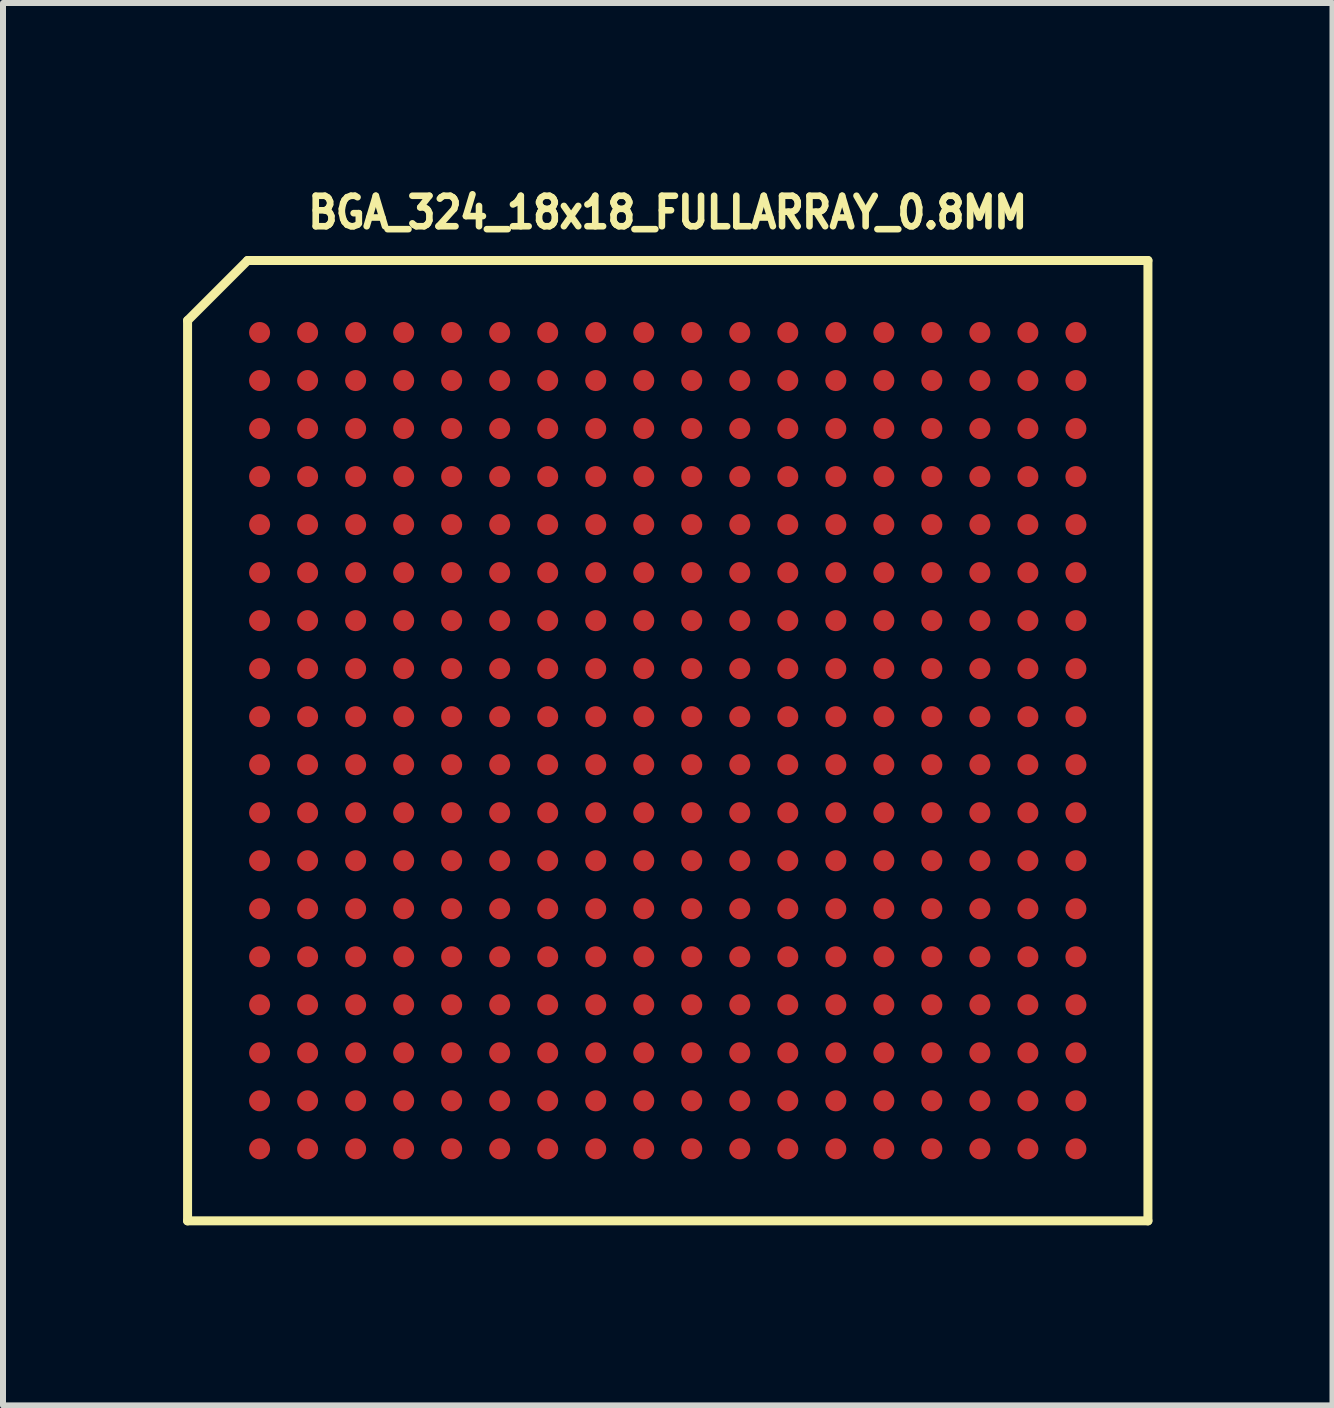
<source format=kicad_pcb>
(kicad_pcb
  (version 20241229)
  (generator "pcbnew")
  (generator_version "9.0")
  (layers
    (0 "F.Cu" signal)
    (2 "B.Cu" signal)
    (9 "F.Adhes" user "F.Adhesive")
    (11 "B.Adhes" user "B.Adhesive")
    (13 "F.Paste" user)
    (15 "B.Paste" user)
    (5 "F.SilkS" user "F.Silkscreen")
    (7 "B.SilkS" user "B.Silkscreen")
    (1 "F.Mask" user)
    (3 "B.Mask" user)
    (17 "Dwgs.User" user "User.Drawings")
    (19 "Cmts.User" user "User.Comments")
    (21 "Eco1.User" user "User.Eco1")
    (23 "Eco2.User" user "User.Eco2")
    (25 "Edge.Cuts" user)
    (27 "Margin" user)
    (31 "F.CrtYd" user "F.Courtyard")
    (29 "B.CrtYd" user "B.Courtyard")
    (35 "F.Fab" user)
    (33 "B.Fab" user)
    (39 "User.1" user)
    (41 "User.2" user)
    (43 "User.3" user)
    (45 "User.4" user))
  (footprint "BGA_324_18x18_FULLARRAY_0.8MM"
    (layer "F.Cu")
    (at 8.075 9.29)
    (property "Reference" "BGA_324_18x18_FULLARRAY_0.8MM" (at 0 -8.8 0) (layer "F.SilkS") (effects (font (size 0.508 0.457) (thickness 0.11))))
    (attr through_hole)
    (fp_line (start -8 -7) (end -7 -8) (stroke (width 0.15) (type solid)) (layer "F.SilkS"))
    (fp_line (start -8 8) (end -8 -7) (stroke (width 0.15) (type solid)) (layer "F.SilkS"))
    (fp_line (start -7 -8) (end 8 -8) (stroke (width 0.15) (type solid)) (layer "F.SilkS"))
    (fp_line (start 8 -8) (end 8 8) (stroke (width 0.15) (type solid)) (layer "F.SilkS"))
    (fp_line (start 8 8) (end -8 8) (stroke (width 0.15) (type solid)) (layer "F.SilkS"))
    (pad "A1" smd circle (at -6.8 -6.8) (size 0.35 0.35) (layers "F.Cu" "F.Mask" "F.Paste"))
    (pad "A2" smd circle (at -6 -6.8) (size 0.35 0.35) (layers "F.Cu" "F.Mask" "F.Paste"))
    (pad "A3" smd circle (at -5.2 -6.8) (size 0.35 0.35) (layers "F.Cu" "F.Mask" "F.Paste"))
    (pad "A4" smd circle (at -4.4 -6.8) (size 0.35 0.35) (layers "F.Cu" "F.Mask" "F.Paste"))
    (pad "A5" smd circle (at -3.6 -6.8) (size 0.35 0.35) (layers "F.Cu" "F.Mask" "F.Paste"))
    (pad "A6" smd circle (at -2.8 -6.8) (size 0.35 0.35) (layers "F.Cu" "F.Mask" "F.Paste"))
    (pad "A7" smd circle (at -2 -6.8) (size 0.35 0.35) (layers "F.Cu" "F.Mask" "F.Paste"))
    (pad "A8" smd circle (at -1.2 -6.8) (size 0.35 0.35) (layers "F.Cu" "F.Mask" "F.Paste"))
    (pad "A9" smd circle (at -0.4 -6.8) (size 0.35 0.35) (layers "F.Cu" "F.Mask" "F.Paste"))
    (pad "A10" smd circle (at 0.4 -6.8) (size 0.35 0.35) (layers "F.Cu" "F.Mask" "F.Paste"))
    (pad "A11" smd circle (at 1.2 -6.8) (size 0.35 0.35) (layers "F.Cu" "F.Mask" "F.Paste"))
    (pad "A12" smd circle (at 2 -6.8) (size 0.35 0.35) (layers "F.Cu" "F.Mask" "F.Paste"))
    (pad "A13" smd circle (at 2.8 -6.8) (size 0.35 0.35) (layers "F.Cu" "F.Mask" "F.Paste"))
    (pad "A14" smd circle (at 3.6 -6.8) (size 0.35 0.35) (layers "F.Cu" "F.Mask" "F.Paste"))
    (pad "A15" smd circle (at 4.4 -6.8) (size 0.35 0.35) (layers "F.Cu" "F.Mask" "F.Paste"))
    (pad "A16" smd circle (at 5.2 -6.8) (size 0.35 0.35) (layers "F.Cu" "F.Mask" "F.Paste"))
    (pad "A17" smd circle (at 6 -6.8) (size 0.35 0.35) (layers "F.Cu" "F.Mask" "F.Paste"))
    (pad "A18" smd circle (at 6.8 -6.8) (size 0.35 0.35) (layers "F.Cu" "F.Mask" "F.Paste"))
    (pad "B1" smd circle (at -6.8 -6) (size 0.35 0.35) (layers "F.Cu" "F.Mask" "F.Paste"))
    (pad "B2" smd circle (at -6 -6) (size 0.35 0.35) (layers "F.Cu" "F.Mask" "F.Paste"))
    (pad "B3" smd circle (at -5.2 -6) (size 0.35 0.35) (layers "F.Cu" "F.Mask" "F.Paste"))
    (pad "B4" smd circle (at -4.4 -6) (size 0.35 0.35) (layers "F.Cu" "F.Mask" "F.Paste"))
    (pad "B5" smd circle (at -3.6 -6) (size 0.35 0.35) (layers "F.Cu" "F.Mask" "F.Paste"))
    (pad "B6" smd circle (at -2.8 -6) (size 0.35 0.35) (layers "F.Cu" "F.Mask" "F.Paste"))
    (pad "B7" smd circle (at -2 -6) (size 0.35 0.35) (layers "F.Cu" "F.Mask" "F.Paste"))
    (pad "B8" smd circle (at -1.2 -6) (size 0.35 0.35) (layers "F.Cu" "F.Mask" "F.Paste"))
    (pad "B9" smd circle (at -0.4 -6) (size 0.35 0.35) (layers "F.Cu" "F.Mask" "F.Paste"))
    (pad "B10" smd circle (at 0.4 -6) (size 0.35 0.35) (layers "F.Cu" "F.Mask" "F.Paste"))
    (pad "B11" smd circle (at 1.2 -6) (size 0.35 0.35) (layers "F.Cu" "F.Mask" "F.Paste"))
    (pad "B12" smd circle (at 2 -6) (size 0.35 0.35) (layers "F.Cu" "F.Mask" "F.Paste"))
    (pad "B13" smd circle (at 2.8 -6) (size 0.35 0.35) (layers "F.Cu" "F.Mask" "F.Paste"))
    (pad "B14" smd circle (at 3.6 -6) (size 0.35 0.35) (layers "F.Cu" "F.Mask" "F.Paste"))
    (pad "B15" smd circle (at 4.4 -6) (size 0.35 0.35) (layers "F.Cu" "F.Mask" "F.Paste"))
    (pad "B16" smd circle (at 5.2 -6) (size 0.35 0.35) (layers "F.Cu" "F.Mask" "F.Paste"))
    (pad "B17" smd circle (at 6 -6) (size 0.35 0.35) (layers "F.Cu" "F.Mask" "F.Paste"))
    (pad "B18" smd circle (at 6.8 -6) (size 0.35 0.35) (layers "F.Cu" "F.Mask" "F.Paste"))
    (pad "C1" smd circle (at -6.8 -5.2) (size 0.35 0.35) (layers "F.Cu" "F.Mask" "F.Paste"))
    (pad "C2" smd circle (at -6 -5.2) (size 0.35 0.35) (layers "F.Cu" "F.Mask" "F.Paste"))
    (pad "C3" smd circle (at -5.2 -5.2) (size 0.35 0.35) (layers "F.Cu" "F.Mask" "F.Paste"))
    (pad "C4" smd circle (at -4.4 -5.2) (size 0.35 0.35) (layers "F.Cu" "F.Mask" "F.Paste"))
    (pad "C5" smd circle (at -3.6 -5.2) (size 0.35 0.35) (layers "F.Cu" "F.Mask" "F.Paste"))
    (pad "C6" smd circle (at -2.8 -5.2) (size 0.35 0.35) (layers "F.Cu" "F.Mask" "F.Paste"))
    (pad "C7" smd circle (at -2 -5.2) (size 0.35 0.35) (layers "F.Cu" "F.Mask" "F.Paste"))
    (pad "C8" smd circle (at -1.2 -5.2) (size 0.35 0.35) (layers "F.Cu" "F.Mask" "F.Paste"))
    (pad "C9" smd circle (at -0.4 -5.2) (size 0.35 0.35) (layers "F.Cu" "F.Mask" "F.Paste"))
    (pad "C10" smd circle (at 0.4 -5.2) (size 0.35 0.35) (layers "F.Cu" "F.Mask" "F.Paste"))
    (pad "C11" smd circle (at 1.2 -5.2) (size 0.35 0.35) (layers "F.Cu" "F.Mask" "F.Paste"))
    (pad "C12" smd circle (at 2 -5.2) (size 0.35 0.35) (layers "F.Cu" "F.Mask" "F.Paste"))
    (pad "C13" smd circle (at 2.8 -5.2) (size 0.35 0.35) (layers "F.Cu" "F.Mask" "F.Paste"))
    (pad "C14" smd circle (at 3.6 -5.2) (size 0.35 0.35) (layers "F.Cu" "F.Mask" "F.Paste"))
    (pad "C15" smd circle (at 4.4 -5.2) (size 0.35 0.35) (layers "F.Cu" "F.Mask" "F.Paste"))
    (pad "C16" smd circle (at 5.2 -5.2) (size 0.35 0.35) (layers "F.Cu" "F.Mask" "F.Paste"))
    (pad "C17" smd circle (at 6 -5.2) (size 0.35 0.35) (layers "F.Cu" "F.Mask" "F.Paste"))
    (pad "C18" smd circle (at 6.8 -5.2) (size 0.35 0.35) (layers "F.Cu" "F.Mask" "F.Paste"))
    (pad "D1" smd circle (at -6.8 -4.4) (size 0.35 0.35) (layers "F.Cu" "F.Mask" "F.Paste"))
    (pad "D2" smd circle (at -6 -4.4) (size 0.35 0.35) (layers "F.Cu" "F.Mask" "F.Paste"))
    (pad "D3" smd circle (at -5.2 -4.4) (size 0.35 0.35) (layers "F.Cu" "F.Mask" "F.Paste"))
    (pad "D4" smd circle (at -4.4 -4.4) (size 0.35 0.35) (layers "F.Cu" "F.Mask" "F.Paste"))
    (pad "D5" smd circle (at -3.6 -4.4) (size 0.35 0.35) (layers "F.Cu" "F.Mask" "F.Paste"))
    (pad "D6" smd circle (at -2.8 -4.4) (size 0.35 0.35) (layers "F.Cu" "F.Mask" "F.Paste"))
    (pad "D7" smd circle (at -2 -4.4) (size 0.35 0.35) (layers "F.Cu" "F.Mask" "F.Paste"))
    (pad "D8" smd circle (at -1.2 -4.4) (size 0.35 0.35) (layers "F.Cu" "F.Mask" "F.Paste"))
    (pad "D9" smd circle (at -0.4 -4.4) (size 0.35 0.35) (layers "F.Cu" "F.Mask" "F.Paste"))
    (pad "D10" smd circle (at 0.4 -4.4) (size 0.35 0.35) (layers "F.Cu" "F.Mask" "F.Paste"))
    (pad "D11" smd circle (at 1.2 -4.4) (size 0.35 0.35) (layers "F.Cu" "F.Mask" "F.Paste"))
    (pad "D12" smd circle (at 2 -4.4) (size 0.35 0.35) (layers "F.Cu" "F.Mask" "F.Paste"))
    (pad "D13" smd circle (at 2.8 -4.4) (size 0.35 0.35) (layers "F.Cu" "F.Mask" "F.Paste"))
    (pad "D14" smd circle (at 3.6 -4.4) (size 0.35 0.35) (layers "F.Cu" "F.Mask" "F.Paste"))
    (pad "D15" smd circle (at 4.4 -4.4) (size 0.35 0.35) (layers "F.Cu" "F.Mask" "F.Paste"))
    (pad "D16" smd circle (at 5.2 -4.4) (size 0.35 0.35) (layers "F.Cu" "F.Mask" "F.Paste"))
    (pad "D17" smd circle (at 6 -4.4) (size 0.35 0.35) (layers "F.Cu" "F.Mask" "F.Paste"))
    (pad "D18" smd circle (at 6.8 -4.4) (size 0.35 0.35) (layers "F.Cu" "F.Mask" "F.Paste"))
    (pad "E1" smd circle (at -6.8 -3.6) (size 0.35 0.35) (layers "F.Cu" "F.Mask" "F.Paste"))
    (pad "E2" smd circle (at -6 -3.6) (size 0.35 0.35) (layers "F.Cu" "F.Mask" "F.Paste"))
    (pad "E3" smd circle (at -5.2 -3.6) (size 0.35 0.35) (layers "F.Cu" "F.Mask" "F.Paste"))
    (pad "E4" smd circle (at -4.4 -3.6) (size 0.35 0.35) (layers "F.Cu" "F.Mask" "F.Paste"))
    (pad "E5" smd circle (at -3.6 -3.6) (size 0.35 0.35) (layers "F.Cu" "F.Mask" "F.Paste"))
    (pad "E6" smd circle (at -2.8 -3.6) (size 0.35 0.35) (layers "F.Cu" "F.Mask" "F.Paste"))
    (pad "E7" smd circle (at -2 -3.6) (size 0.35 0.35) (layers "F.Cu" "F.Mask" "F.Paste"))
    (pad "E8" smd circle (at -1.2 -3.6) (size 0.35 0.35) (layers "F.Cu" "F.Mask" "F.Paste"))
    (pad "E9" smd circle (at -0.4 -3.6) (size 0.35 0.35) (layers "F.Cu" "F.Mask" "F.Paste"))
    (pad "E10" smd circle (at 0.4 -3.6) (size 0.35 0.35) (layers "F.Cu" "F.Mask" "F.Paste"))
    (pad "E11" smd circle (at 1.2 -3.6) (size 0.35 0.35) (layers "F.Cu" "F.Mask" "F.Paste"))
    (pad "E12" smd circle (at 2 -3.6) (size 0.35 0.35) (layers "F.Cu" "F.Mask" "F.Paste"))
    (pad "E13" smd circle (at 2.8 -3.6) (size 0.35 0.35) (layers "F.Cu" "F.Mask" "F.Paste"))
    (pad "E14" smd circle (at 3.6 -3.6) (size 0.35 0.35) (layers "F.Cu" "F.Mask" "F.Paste"))
    (pad "E15" smd circle (at 4.4 -3.6) (size 0.35 0.35) (layers "F.Cu" "F.Mask" "F.Paste"))
    (pad "E16" smd circle (at 5.2 -3.6) (size 0.35 0.35) (layers "F.Cu" "F.Mask" "F.Paste"))
    (pad "E17" smd circle (at 6 -3.6) (size 0.35 0.35) (layers "F.Cu" "F.Mask" "F.Paste"))
    (pad "E18" smd circle (at 6.8 -3.6) (size 0.35 0.35) (layers "F.Cu" "F.Mask" "F.Paste"))
    (pad "F1" smd circle (at -6.8 -2.8) (size 0.35 0.35) (layers "F.Cu" "F.Mask" "F.Paste"))
    (pad "F2" smd circle (at -6 -2.8) (size 0.35 0.35) (layers "F.Cu" "F.Mask" "F.Paste"))
    (pad "F3" smd circle (at -5.2 -2.8) (size 0.35 0.35) (layers "F.Cu" "F.Mask" "F.Paste"))
    (pad "F4" smd circle (at -4.4 -2.8) (size 0.35 0.35) (layers "F.Cu" "F.Mask" "F.Paste"))
    (pad "F5" smd circle (at -3.6 -2.8) (size 0.35 0.35) (layers "F.Cu" "F.Mask" "F.Paste"))
    (pad "F6" smd circle (at -2.8 -2.8) (size 0.35 0.35) (layers "F.Cu" "F.Mask" "F.Paste"))
    (pad "F7" smd circle (at -2 -2.8) (size 0.35 0.35) (layers "F.Cu" "F.Mask" "F.Paste"))
    (pad "F8" smd circle (at -1.2 -2.8) (size 0.35 0.35) (layers "F.Cu" "F.Mask" "F.Paste"))
    (pad "F9" smd circle (at -0.4 -2.8) (size 0.35 0.35) (layers "F.Cu" "F.Mask" "F.Paste"))
    (pad "F10" smd circle (at 0.4 -2.8) (size 0.35 0.35) (layers "F.Cu" "F.Mask" "F.Paste"))
    (pad "F11" smd circle (at 1.2 -2.8) (size 0.35 0.35) (layers "F.Cu" "F.Mask" "F.Paste"))
    (pad "F12" smd circle (at 2 -2.8) (size 0.35 0.35) (layers "F.Cu" "F.Mask" "F.Paste"))
    (pad "F13" smd circle (at 2.8 -2.8) (size 0.35 0.35) (layers "F.Cu" "F.Mask" "F.Paste"))
    (pad "F14" smd circle (at 3.6 -2.8) (size 0.35 0.35) (layers "F.Cu" "F.Mask" "F.Paste"))
    (pad "F15" smd circle (at 4.4 -2.8) (size 0.35 0.35) (layers "F.Cu" "F.Mask" "F.Paste"))
    (pad "F16" smd circle (at 5.2 -2.8) (size 0.35 0.35) (layers "F.Cu" "F.Mask" "F.Paste"))
    (pad "F17" smd circle (at 6 -2.8) (size 0.35 0.35) (layers "F.Cu" "F.Mask" "F.Paste"))
    (pad "F18" smd circle (at 6.8 -2.8) (size 0.35 0.35) (layers "F.Cu" "F.Mask" "F.Paste"))
    (pad "G1" smd circle (at -6.8 -2) (size 0.35 0.35) (layers "F.Cu" "F.Mask" "F.Paste"))
    (pad "G2" smd circle (at -6 -2) (size 0.35 0.35) (layers "F.Cu" "F.Mask" "F.Paste"))
    (pad "G3" smd circle (at -5.2 -2) (size 0.35 0.35) (layers "F.Cu" "F.Mask" "F.Paste"))
    (pad "G4" smd circle (at -4.4 -2) (size 0.35 0.35) (layers "F.Cu" "F.Mask" "F.Paste"))
    (pad "G5" smd circle (at -3.6 -2) (size 0.35 0.35) (layers "F.Cu" "F.Mask" "F.Paste"))
    (pad "G6" smd circle (at -2.8 -2) (size 0.35 0.35) (layers "F.Cu" "F.Mask" "F.Paste"))
    (pad "G7" smd circle (at -2 -2) (size 0.35 0.35) (layers "F.Cu" "F.Mask" "F.Paste"))
    (pad "G8" smd circle (at -1.2 -2) (size 0.35 0.35) (layers "F.Cu" "F.Mask" "F.Paste"))
    (pad "G9" smd circle (at -0.4 -2) (size 0.35 0.35) (layers "F.Cu" "F.Mask" "F.Paste"))
    (pad "G10" smd circle (at 0.4 -2) (size 0.35 0.35) (layers "F.Cu" "F.Mask" "F.Paste"))
    (pad "G11" smd circle (at 1.2 -2) (size 0.35 0.35) (layers "F.Cu" "F.Mask" "F.Paste"))
    (pad "G12" smd circle (at 2 -2) (size 0.35 0.35) (layers "F.Cu" "F.Mask" "F.Paste"))
    (pad "G13" smd circle (at 2.8 -2) (size 0.35 0.35) (layers "F.Cu" "F.Mask" "F.Paste"))
    (pad "G14" smd circle (at 3.6 -2) (size 0.35 0.35) (layers "F.Cu" "F.Mask" "F.Paste"))
    (pad "G15" smd circle (at 4.4 -2) (size 0.35 0.35) (layers "F.Cu" "F.Mask" "F.Paste"))
    (pad "G16" smd circle (at 5.2 -2) (size 0.35 0.35) (layers "F.Cu" "F.Mask" "F.Paste"))
    (pad "G17" smd circle (at 6 -2) (size 0.35 0.35) (layers "F.Cu" "F.Mask" "F.Paste"))
    (pad "G18" smd circle (at 6.8 -2) (size 0.35 0.35) (layers "F.Cu" "F.Mask" "F.Paste"))
    (pad "H1" smd circle (at -6.8 -1.2) (size 0.35 0.35) (layers "F.Cu" "F.Mask" "F.Paste"))
    (pad "H2" smd circle (at -6 -1.2) (size 0.35 0.35) (layers "F.Cu" "F.Mask" "F.Paste"))
    (pad "H3" smd circle (at -5.2 -1.2) (size 0.35 0.35) (layers "F.Cu" "F.Mask" "F.Paste"))
    (pad "H4" smd circle (at -4.4 -1.2) (size 0.35 0.35) (layers "F.Cu" "F.Mask" "F.Paste"))
    (pad "H5" smd circle (at -3.6 -1.2) (size 0.35 0.35) (layers "F.Cu" "F.Mask" "F.Paste"))
    (pad "H6" smd circle (at -2.8 -1.2) (size 0.35 0.35) (layers "F.Cu" "F.Mask" "F.Paste"))
    (pad "H7" smd circle (at -2 -1.2) (size 0.35 0.35) (layers "F.Cu" "F.Mask" "F.Paste"))
    (pad "H8" smd circle (at -1.2 -1.2) (size 0.35 0.35) (layers "F.Cu" "F.Mask" "F.Paste"))
    (pad "H9" smd circle (at -0.4 -1.2) (size 0.35 0.35) (layers "F.Cu" "F.Mask" "F.Paste"))
    (pad "H10" smd circle (at 0.4 -1.2) (size 0.35 0.35) (layers "F.Cu" "F.Mask" "F.Paste"))
    (pad "H11" smd circle (at 1.2 -1.2) (size 0.35 0.35) (layers "F.Cu" "F.Mask" "F.Paste"))
    (pad "H12" smd circle (at 2 -1.2) (size 0.35 0.35) (layers "F.Cu" "F.Mask" "F.Paste"))
    (pad "H13" smd circle (at 2.8 -1.2) (size 0.35 0.35) (layers "F.Cu" "F.Mask" "F.Paste"))
    (pad "H14" smd circle (at 3.6 -1.2) (size 0.35 0.35) (layers "F.Cu" "F.Mask" "F.Paste"))
    (pad "H15" smd circle (at 4.4 -1.2) (size 0.35 0.35) (layers "F.Cu" "F.Mask" "F.Paste"))
    (pad "H16" smd circle (at 5.2 -1.2) (size 0.35 0.35) (layers "F.Cu" "F.Mask" "F.Paste"))
    (pad "H17" smd circle (at 6 -1.2) (size 0.35 0.35) (layers "F.Cu" "F.Mask" "F.Paste"))
    (pad "H18" smd circle (at 6.8 -1.2) (size 0.35 0.35) (layers "F.Cu" "F.Mask" "F.Paste"))
    (pad "J1" smd circle (at -6.8 -0.4) (size 0.35 0.35) (layers "F.Cu" "F.Mask" "F.Paste"))
    (pad "J2" smd circle (at -6 -0.4) (size 0.35 0.35) (layers "F.Cu" "F.Mask" "F.Paste"))
    (pad "J3" smd circle (at -5.2 -0.4) (size 0.35 0.35) (layers "F.Cu" "F.Mask" "F.Paste"))
    (pad "J4" smd circle (at -4.4 -0.4) (size 0.35 0.35) (layers "F.Cu" "F.Mask" "F.Paste"))
    (pad "J5" smd circle (at -3.6 -0.4) (size 0.35 0.35) (layers "F.Cu" "F.Mask" "F.Paste"))
    (pad "J6" smd circle (at -2.8 -0.4) (size 0.35 0.35) (layers "F.Cu" "F.Mask" "F.Paste"))
    (pad "J7" smd circle (at -2 -0.4) (size 0.35 0.35) (layers "F.Cu" "F.Mask" "F.Paste"))
    (pad "J8" smd circle (at -1.2 -0.4) (size 0.35 0.35) (layers "F.Cu" "F.Mask" "F.Paste"))
    (pad "J9" smd circle (at -0.4 -0.4) (size 0.35 0.35) (layers "F.Cu" "F.Mask" "F.Paste"))
    (pad "J10" smd circle (at 0.4 -0.4) (size 0.35 0.35) (layers "F.Cu" "F.Mask" "F.Paste"))
    (pad "J11" smd circle (at 1.2 -0.4) (size 0.35 0.35) (layers "F.Cu" "F.Mask" "F.Paste"))
    (pad "J12" smd circle (at 2 -0.4) (size 0.35 0.35) (layers "F.Cu" "F.Mask" "F.Paste"))
    (pad "J13" smd circle (at 2.8 -0.4) (size 0.35 0.35) (layers "F.Cu" "F.Mask" "F.Paste"))
    (pad "J14" smd circle (at 3.6 -0.4) (size 0.35 0.35) (layers "F.Cu" "F.Mask" "F.Paste"))
    (pad "J15" smd circle (at 4.4 -0.4) (size 0.35 0.35) (layers "F.Cu" "F.Mask" "F.Paste"))
    (pad "J16" smd circle (at 5.2 -0.4) (size 0.35 0.35) (layers "F.Cu" "F.Mask" "F.Paste"))
    (pad "J17" smd circle (at 6 -0.4) (size 0.35 0.35) (layers "F.Cu" "F.Mask" "F.Paste"))
    (pad "J18" smd circle (at 6.8 -0.4) (size 0.35 0.35) (layers "F.Cu" "F.Mask" "F.Paste"))
    (pad "K1" smd circle (at -6.8 0.4) (size 0.35 0.35) (layers "F.Cu" "F.Mask" "F.Paste"))
    (pad "K2" smd circle (at -6 0.4) (size 0.35 0.35) (layers "F.Cu" "F.Mask" "F.Paste"))
    (pad "K3" smd circle (at -5.2 0.4) (size 0.35 0.35) (layers "F.Cu" "F.Mask" "F.Paste"))
    (pad "K4" smd circle (at -4.4 0.4) (size 0.35 0.35) (layers "F.Cu" "F.Mask" "F.Paste"))
    (pad "K5" smd circle (at -3.6 0.4) (size 0.35 0.35) (layers "F.Cu" "F.Mask" "F.Paste"))
    (pad "K6" smd circle (at -2.8 0.4) (size 0.35 0.35) (layers "F.Cu" "F.Mask" "F.Paste"))
    (pad "K7" smd circle (at -2 0.4) (size 0.35 0.35) (layers "F.Cu" "F.Mask" "F.Paste"))
    (pad "K8" smd circle (at -1.2 0.4) (size 0.35 0.35) (layers "F.Cu" "F.Mask" "F.Paste"))
    (pad "K9" smd circle (at -0.4 0.4) (size 0.35 0.35) (layers "F.Cu" "F.Mask" "F.Paste"))
    (pad "K10" smd circle (at 0.4 0.4) (size 0.35 0.35) (layers "F.Cu" "F.Mask" "F.Paste"))
    (pad "K11" smd circle (at 1.2 0.4) (size 0.35 0.35) (layers "F.Cu" "F.Mask" "F.Paste"))
    (pad "K12" smd circle (at 2 0.4) (size 0.35 0.35) (layers "F.Cu" "F.Mask" "F.Paste"))
    (pad "K13" smd circle (at 2.8 0.4) (size 0.35 0.35) (layers "F.Cu" "F.Mask" "F.Paste"))
    (pad "K14" smd circle (at 3.6 0.4) (size 0.35 0.35) (layers "F.Cu" "F.Mask" "F.Paste"))
    (pad "K15" smd circle (at 4.4 0.4) (size 0.35 0.35) (layers "F.Cu" "F.Mask" "F.Paste"))
    (pad "K16" smd circle (at 5.2 0.4) (size 0.35 0.35) (layers "F.Cu" "F.Mask" "F.Paste"))
    (pad "K17" smd circle (at 6 0.4) (size 0.35 0.35) (layers "F.Cu" "F.Mask" "F.Paste"))
    (pad "K18" smd circle (at 6.8 0.4) (size 0.35 0.35) (layers "F.Cu" "F.Mask" "F.Paste"))
    (pad "L1" smd circle (at -6.8 1.2) (size 0.35 0.35) (layers "F.Cu" "F.Mask" "F.Paste"))
    (pad "L2" smd circle (at -6 1.2) (size 0.35 0.35) (layers "F.Cu" "F.Mask" "F.Paste"))
    (pad "L3" smd circle (at -5.2 1.2) (size 0.35 0.35) (layers "F.Cu" "F.Mask" "F.Paste"))
    (pad "L4" smd circle (at -4.4 1.2) (size 0.35 0.35) (layers "F.Cu" "F.Mask" "F.Paste"))
    (pad "L5" smd circle (at -3.6 1.2) (size 0.35 0.35) (layers "F.Cu" "F.Mask" "F.Paste"))
    (pad "L6" smd circle (at -2.8 1.2) (size 0.35 0.35) (layers "F.Cu" "F.Mask" "F.Paste"))
    (pad "L7" smd circle (at -2 1.2) (size 0.35 0.35) (layers "F.Cu" "F.Mask" "F.Paste"))
    (pad "L8" smd circle (at -1.2 1.2) (size 0.35 0.35) (layers "F.Cu" "F.Mask" "F.Paste"))
    (pad "L9" smd circle (at -0.4 1.2) (size 0.35 0.35) (layers "F.Cu" "F.Mask" "F.Paste"))
    (pad "L10" smd circle (at 0.4 1.2) (size 0.35 0.35) (layers "F.Cu" "F.Mask" "F.Paste"))
    (pad "L11" smd circle (at 1.2 1.2) (size 0.35 0.35) (layers "F.Cu" "F.Mask" "F.Paste"))
    (pad "L12" smd circle (at 2 1.2) (size 0.35 0.35) (layers "F.Cu" "F.Mask" "F.Paste"))
    (pad "L13" smd circle (at 2.8 1.2) (size 0.35 0.35) (layers "F.Cu" "F.Mask" "F.Paste"))
    (pad "L14" smd circle (at 3.6 1.2) (size 0.35 0.35) (layers "F.Cu" "F.Mask" "F.Paste"))
    (pad "L15" smd circle (at 4.4 1.2) (size 0.35 0.35) (layers "F.Cu" "F.Mask" "F.Paste"))
    (pad "L16" smd circle (at 5.2 1.2) (size 0.35 0.35) (layers "F.Cu" "F.Mask" "F.Paste"))
    (pad "L17" smd circle (at 6 1.2) (size 0.35 0.35) (layers "F.Cu" "F.Mask" "F.Paste"))
    (pad "L18" smd circle (at 6.8 1.2) (size 0.35 0.35) (layers "F.Cu" "F.Mask" "F.Paste"))
    (pad "M1" smd circle (at -6.8 2) (size 0.35 0.35) (layers "F.Cu" "F.Mask" "F.Paste"))
    (pad "M2" smd circle (at -6 2) (size 0.35 0.35) (layers "F.Cu" "F.Mask" "F.Paste"))
    (pad "M3" smd circle (at -5.2 2) (size 0.35 0.35) (layers "F.Cu" "F.Mask" "F.Paste"))
    (pad "M4" smd circle (at -4.4 2) (size 0.35 0.35) (layers "F.Cu" "F.Mask" "F.Paste"))
    (pad "M5" smd circle (at -3.6 2) (size 0.35 0.35) (layers "F.Cu" "F.Mask" "F.Paste"))
    (pad "M6" smd circle (at -2.8 2) (size 0.35 0.35) (layers "F.Cu" "F.Mask" "F.Paste"))
    (pad "M7" smd circle (at -2 2) (size 0.35 0.35) (layers "F.Cu" "F.Mask" "F.Paste"))
    (pad "M8" smd circle (at -1.2 2) (size 0.35 0.35) (layers "F.Cu" "F.Mask" "F.Paste"))
    (pad "M9" smd circle (at -0.4 2) (size 0.35 0.35) (layers "F.Cu" "F.Mask" "F.Paste"))
    (pad "M10" smd circle (at 0.4 2) (size 0.35 0.35) (layers "F.Cu" "F.Mask" "F.Paste"))
    (pad "M11" smd circle (at 1.2 2) (size 0.35 0.35) (layers "F.Cu" "F.Mask" "F.Paste"))
    (pad "M12" smd circle (at 2 2) (size 0.35 0.35) (layers "F.Cu" "F.Mask" "F.Paste"))
    (pad "M13" smd circle (at 2.8 2) (size 0.35 0.35) (layers "F.Cu" "F.Mask" "F.Paste"))
    (pad "M14" smd circle (at 3.6 2) (size 0.35 0.35) (layers "F.Cu" "F.Mask" "F.Paste"))
    (pad "M15" smd circle (at 4.4 2) (size 0.35 0.35) (layers "F.Cu" "F.Mask" "F.Paste"))
    (pad "M16" smd circle (at 5.2 2) (size 0.35 0.35) (layers "F.Cu" "F.Mask" "F.Paste"))
    (pad "M17" smd circle (at 6 2) (size 0.35 0.35) (layers "F.Cu" "F.Mask" "F.Paste"))
    (pad "M18" smd circle (at 6.8 2) (size 0.35 0.35) (layers "F.Cu" "F.Mask" "F.Paste"))
    (pad "N1" smd circle (at -6.8 2.8) (size 0.35 0.35) (layers "F.Cu" "F.Mask" "F.Paste"))
    (pad "N2" smd circle (at -6 2.8) (size 0.35 0.35) (layers "F.Cu" "F.Mask" "F.Paste"))
    (pad "N3" smd circle (at -5.2 2.8) (size 0.35 0.35) (layers "F.Cu" "F.Mask" "F.Paste"))
    (pad "N4" smd circle (at -4.4 2.8) (size 0.35 0.35) (layers "F.Cu" "F.Mask" "F.Paste"))
    (pad "N5" smd circle (at -3.6 2.8) (size 0.35 0.35) (layers "F.Cu" "F.Mask" "F.Paste"))
    (pad "N6" smd circle (at -2.8 2.8) (size 0.35 0.35) (layers "F.Cu" "F.Mask" "F.Paste"))
    (pad "N7" smd circle (at -2 2.8) (size 0.35 0.35) (layers "F.Cu" "F.Mask" "F.Paste"))
    (pad "N8" smd circle (at -1.2 2.8) (size 0.35 0.35) (layers "F.Cu" "F.Mask" "F.Paste"))
    (pad "N9" smd circle (at -0.4 2.8) (size 0.35 0.35) (layers "F.Cu" "F.Mask" "F.Paste"))
    (pad "N10" smd circle (at 0.4 2.8) (size 0.35 0.35) (layers "F.Cu" "F.Mask" "F.Paste"))
    (pad "N11" smd circle (at 1.2 2.8) (size 0.35 0.35) (layers "F.Cu" "F.Mask" "F.Paste"))
    (pad "N12" smd circle (at 2 2.8) (size 0.35 0.35) (layers "F.Cu" "F.Mask" "F.Paste"))
    (pad "N13" smd circle (at 2.8 2.8) (size 0.35 0.35) (layers "F.Cu" "F.Mask" "F.Paste"))
    (pad "N14" smd circle (at 3.6 2.8) (size 0.35 0.35) (layers "F.Cu" "F.Mask" "F.Paste"))
    (pad "N15" smd circle (at 4.4 2.8) (size 0.35 0.35) (layers "F.Cu" "F.Mask" "F.Paste"))
    (pad "N16" smd circle (at 5.2 2.8) (size 0.35 0.35) (layers "F.Cu" "F.Mask" "F.Paste"))
    (pad "N17" smd circle (at 6 2.8) (size 0.35 0.35) (layers "F.Cu" "F.Mask" "F.Paste"))
    (pad "N18" smd circle (at 6.8 2.8) (size 0.35 0.35) (layers "F.Cu" "F.Mask" "F.Paste"))
    (pad "P1" smd circle (at -6.8 3.6) (size 0.35 0.35) (layers "F.Cu" "F.Mask" "F.Paste"))
    (pad "P2" smd circle (at -6 3.6) (size 0.35 0.35) (layers "F.Cu" "F.Mask" "F.Paste"))
    (pad "P3" smd circle (at -5.2 3.6) (size 0.35 0.35) (layers "F.Cu" "F.Mask" "F.Paste"))
    (pad "P4" smd circle (at -4.4 3.6) (size 0.35 0.35) (layers "F.Cu" "F.Mask" "F.Paste"))
    (pad "P5" smd circle (at -3.6 3.6) (size 0.35 0.35) (layers "F.Cu" "F.Mask" "F.Paste"))
    (pad "P6" smd circle (at -2.8 3.6) (size 0.35 0.35) (layers "F.Cu" "F.Mask" "F.Paste"))
    (pad "P7" smd circle (at -2 3.6) (size 0.35 0.35) (layers "F.Cu" "F.Mask" "F.Paste"))
    (pad "P8" smd circle (at -1.2 3.6) (size 0.35 0.35) (layers "F.Cu" "F.Mask" "F.Paste"))
    (pad "P9" smd circle (at -0.4 3.6) (size 0.35 0.35) (layers "F.Cu" "F.Mask" "F.Paste"))
    (pad "P10" smd circle (at 0.4 3.6) (size 0.35 0.35) (layers "F.Cu" "F.Mask" "F.Paste"))
    (pad "P11" smd circle (at 1.2 3.6) (size 0.35 0.35) (layers "F.Cu" "F.Mask" "F.Paste"))
    (pad "P12" smd circle (at 2 3.6) (size 0.35 0.35) (layers "F.Cu" "F.Mask" "F.Paste"))
    (pad "P13" smd circle (at 2.8 3.6) (size 0.35 0.35) (layers "F.Cu" "F.Mask" "F.Paste"))
    (pad "P14" smd circle (at 3.6 3.6) (size 0.35 0.35) (layers "F.Cu" "F.Mask" "F.Paste"))
    (pad "P15" smd circle (at 4.4 3.6) (size 0.35 0.35) (layers "F.Cu" "F.Mask" "F.Paste"))
    (pad "P16" smd circle (at 5.2 3.6) (size 0.35 0.35) (layers "F.Cu" "F.Mask" "F.Paste"))
    (pad "P17" smd circle (at 6 3.6) (size 0.35 0.35) (layers "F.Cu" "F.Mask" "F.Paste"))
    (pad "P18" smd circle (at 6.8 3.6) (size 0.35 0.35) (layers "F.Cu" "F.Mask" "F.Paste"))
    (pad "R1" smd circle (at -6.8 4.4) (size 0.35 0.35) (layers "F.Cu" "F.Mask" "F.Paste"))
    (pad "R2" smd circle (at -6 4.4) (size 0.35 0.35) (layers "F.Cu" "F.Mask" "F.Paste"))
    (pad "R3" smd circle (at -5.2 4.4) (size 0.35 0.35) (layers "F.Cu" "F.Mask" "F.Paste"))
    (pad "R4" smd circle (at -4.4 4.4) (size 0.35 0.35) (layers "F.Cu" "F.Mask" "F.Paste"))
    (pad "R5" smd circle (at -3.6 4.4) (size 0.35 0.35) (layers "F.Cu" "F.Mask" "F.Paste"))
    (pad "R6" smd circle (at -2.8 4.4) (size 0.35 0.35) (layers "F.Cu" "F.Mask" "F.Paste"))
    (pad "R7" smd circle (at -2 4.4) (size 0.35 0.35) (layers "F.Cu" "F.Mask" "F.Paste"))
    (pad "R8" smd circle (at -1.2 4.4) (size 0.35 0.35) (layers "F.Cu" "F.Mask" "F.Paste"))
    (pad "R9" smd circle (at -0.4 4.4) (size 0.35 0.35) (layers "F.Cu" "F.Mask" "F.Paste"))
    (pad "R10" smd circle (at 0.4 4.4) (size 0.35 0.35) (layers "F.Cu" "F.Mask" "F.Paste"))
    (pad "R11" smd circle (at 1.2 4.4) (size 0.35 0.35) (layers "F.Cu" "F.Mask" "F.Paste"))
    (pad "R12" smd circle (at 2 4.4) (size 0.35 0.35) (layers "F.Cu" "F.Mask" "F.Paste"))
    (pad "R13" smd circle (at 2.8 4.4) (size 0.35 0.35) (layers "F.Cu" "F.Mask" "F.Paste"))
    (pad "R14" smd circle (at 3.6 4.4) (size 0.35 0.35) (layers "F.Cu" "F.Mask" "F.Paste"))
    (pad "R15" smd circle (at 4.4 4.4) (size 0.35 0.35) (layers "F.Cu" "F.Mask" "F.Paste"))
    (pad "R16" smd circle (at 5.2 4.4) (size 0.35 0.35) (layers "F.Cu" "F.Mask" "F.Paste"))
    (pad "R17" smd circle (at 6 4.4) (size 0.35 0.35) (layers "F.Cu" "F.Mask" "F.Paste"))
    (pad "R18" smd circle (at 6.8 4.4) (size 0.35 0.35) (layers "F.Cu" "F.Mask" "F.Paste"))
    (pad "T1" smd circle (at -6.8 5.2) (size 0.35 0.35) (layers "F.Cu" "F.Mask" "F.Paste"))
    (pad "T2" smd circle (at -6 5.2) (size 0.35 0.35) (layers "F.Cu" "F.Mask" "F.Paste"))
    (pad "T3" smd circle (at -5.2 5.2) (size 0.35 0.35) (layers "F.Cu" "F.Mask" "F.Paste"))
    (pad "T4" smd circle (at -4.4 5.2) (size 0.35 0.35) (layers "F.Cu" "F.Mask" "F.Paste"))
    (pad "T5" smd circle (at -3.6 5.2) (size 0.35 0.35) (layers "F.Cu" "F.Mask" "F.Paste"))
    (pad "T6" smd circle (at -2.8 5.2) (size 0.35 0.35) (layers "F.Cu" "F.Mask" "F.Paste"))
    (pad "T7" smd circle (at -2 5.2) (size 0.35 0.35) (layers "F.Cu" "F.Mask" "F.Paste"))
    (pad "T8" smd circle (at -1.2 5.2) (size 0.35 0.35) (layers "F.Cu" "F.Mask" "F.Paste"))
    (pad "T9" smd circle (at -0.4 5.2) (size 0.35 0.35) (layers "F.Cu" "F.Mask" "F.Paste"))
    (pad "T10" smd circle (at 0.4 5.2) (size 0.35 0.35) (layers "F.Cu" "F.Mask" "F.Paste"))
    (pad "T11" smd circle (at 1.2 5.2) (size 0.35 0.35) (layers "F.Cu" "F.Mask" "F.Paste"))
    (pad "T12" smd circle (at 2 5.2) (size 0.35 0.35) (layers "F.Cu" "F.Mask" "F.Paste"))
    (pad "T13" smd circle (at 2.8 5.2) (size 0.35 0.35) (layers "F.Cu" "F.Mask" "F.Paste"))
    (pad "T14" smd circle (at 3.6 5.2) (size 0.35 0.35) (layers "F.Cu" "F.Mask" "F.Paste"))
    (pad "T15" smd circle (at 4.4 5.2) (size 0.35 0.35) (layers "F.Cu" "F.Mask" "F.Paste"))
    (pad "T16" smd circle (at 5.2 5.2) (size 0.35 0.35) (layers "F.Cu" "F.Mask" "F.Paste"))
    (pad "T17" smd circle (at 6 5.2) (size 0.35 0.35) (layers "F.Cu" "F.Mask" "F.Paste"))
    (pad "T18" smd circle (at 6.8 5.2) (size 0.35 0.35) (layers "F.Cu" "F.Mask" "F.Paste"))
    (pad "U1" smd circle (at -6.8 6) (size 0.35 0.35) (layers "F.Cu" "F.Mask" "F.Paste"))
    (pad "U2" smd circle (at -6 6) (size 0.35 0.35) (layers "F.Cu" "F.Mask" "F.Paste"))
    (pad "U3" smd circle (at -5.2 6) (size 0.35 0.35) (layers "F.Cu" "F.Mask" "F.Paste"))
    (pad "U4" smd circle (at -4.4 6) (size 0.35 0.35) (layers "F.Cu" "F.Mask" "F.Paste"))
    (pad "U5" smd circle (at -3.6 6) (size 0.35 0.35) (layers "F.Cu" "F.Mask" "F.Paste"))
    (pad "U6" smd circle (at -2.8 6) (size 0.35 0.35) (layers "F.Cu" "F.Mask" "F.Paste"))
    (pad "U7" smd circle (at -2 6) (size 0.35 0.35) (layers "F.Cu" "F.Mask" "F.Paste"))
    (pad "U8" smd circle (at -1.2 6) (size 0.35 0.35) (layers "F.Cu" "F.Mask" "F.Paste"))
    (pad "U9" smd circle (at -0.4 6) (size 0.35 0.35) (layers "F.Cu" "F.Mask" "F.Paste"))
    (pad "U10" smd circle (at 0.4 6) (size 0.35 0.35) (layers "F.Cu" "F.Mask" "F.Paste"))
    (pad "U11" smd circle (at 1.2 6) (size 0.35 0.35) (layers "F.Cu" "F.Mask" "F.Paste"))
    (pad "U12" smd circle (at 2 6) (size 0.35 0.35) (layers "F.Cu" "F.Mask" "F.Paste"))
    (pad "U13" smd circle (at 2.8 6) (size 0.35 0.35) (layers "F.Cu" "F.Mask" "F.Paste"))
    (pad "U14" smd circle (at 3.6 6) (size 0.35 0.35) (layers "F.Cu" "F.Mask" "F.Paste"))
    (pad "U15" smd circle (at 4.4 6) (size 0.35 0.35) (layers "F.Cu" "F.Mask" "F.Paste"))
    (pad "U16" smd circle (at 5.2 6) (size 0.35 0.35) (layers "F.Cu" "F.Mask" "F.Paste"))
    (pad "U17" smd circle (at 6 6) (size 0.35 0.35) (layers "F.Cu" "F.Mask" "F.Paste"))
    (pad "U18" smd circle (at 6.8 6) (size 0.35 0.35) (layers "F.Cu" "F.Mask" "F.Paste"))
    (pad "V1" smd circle (at -6.8 6.8) (size 0.35 0.35) (layers "F.Cu" "F.Mask" "F.Paste"))
    (pad "V2" smd circle (at -6 6.8) (size 0.35 0.35) (layers "F.Cu" "F.Mask" "F.Paste"))
    (pad "V3" smd circle (at -5.2 6.8) (size 0.35 0.35) (layers "F.Cu" "F.Mask" "F.Paste"))
    (pad "V4" smd circle (at -4.4 6.8) (size 0.35 0.35) (layers "F.Cu" "F.Mask" "F.Paste"))
    (pad "V5" smd circle (at -3.6 6.8) (size 0.35 0.35) (layers "F.Cu" "F.Mask" "F.Paste"))
    (pad "V6" smd circle (at -2.8 6.8) (size 0.35 0.35) (layers "F.Cu" "F.Mask" "F.Paste"))
    (pad "V7" smd circle (at -2 6.8) (size 0.35 0.35) (layers "F.Cu" "F.Mask" "F.Paste"))
    (pad "V8" smd circle (at -1.2 6.8) (size 0.35 0.35) (layers "F.Cu" "F.Mask" "F.Paste"))
    (pad "V9" smd circle (at -0.4 6.8) (size 0.35 0.35) (layers "F.Cu" "F.Mask" "F.Paste"))
    (pad "V10" smd circle (at 0.4 6.8) (size 0.35 0.35) (layers "F.Cu" "F.Mask" "F.Paste"))
    (pad "V11" smd circle (at 1.2 6.8) (size 0.35 0.35) (layers "F.Cu" "F.Mask" "F.Paste"))
    (pad "V12" smd circle (at 2 6.8) (size 0.35 0.35) (layers "F.Cu" "F.Mask" "F.Paste"))
    (pad "V13" smd circle (at 2.8 6.8) (size 0.35 0.35) (layers "F.Cu" "F.Mask" "F.Paste"))
    (pad "V14" smd circle (at 3.6 6.8) (size 0.35 0.35) (layers "F.Cu" "F.Mask" "F.Paste"))
    (pad "V15" smd circle (at 4.4 6.8) (size 0.35 0.35) (layers "F.Cu" "F.Mask" "F.Paste"))
    (pad "V16" smd circle (at 5.2 6.8) (size 0.35 0.35) (layers "F.Cu" "F.Mask" "F.Paste"))
    (pad "V17" smd circle (at 6 6.8) (size 0.35 0.35) (layers "F.Cu" "F.Mask" "F.Paste"))
    (pad "V18" smd circle (at 6.8 6.8) (size 0.35 0.35) (layers "F.Cu" "F.Mask" "F.Paste")))
  (gr_rect
    (start -3 -3)
    (end 19.15 20.365)
    (stroke (width 0.1) (type default))
    (fill no)
    (layer "Edge.Cuts")))
</source>
